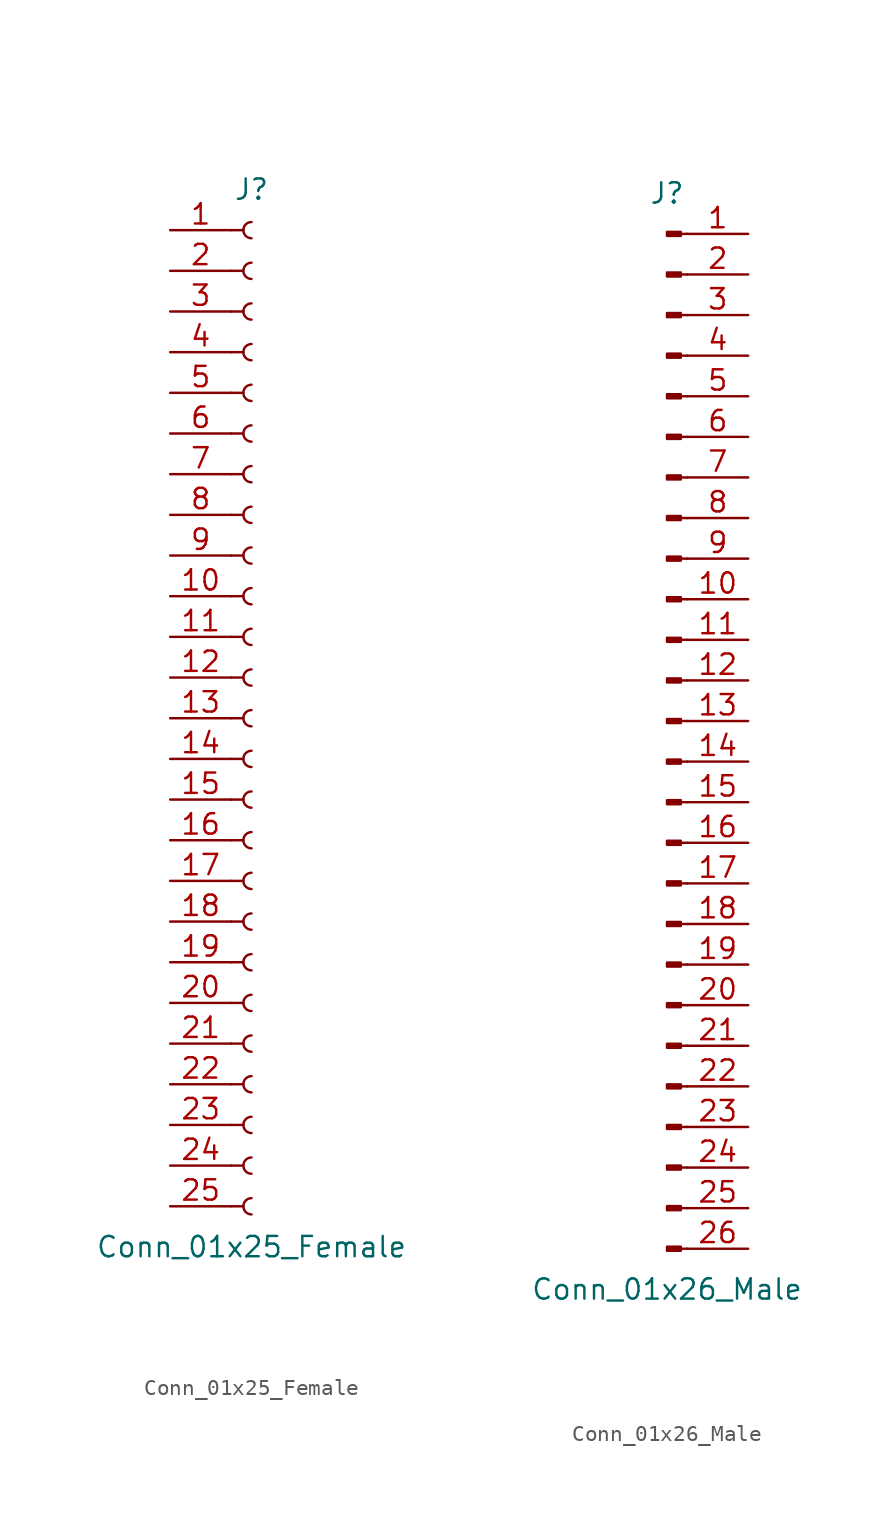
<source format=kicad_sym>
(kicad_symbol_lib
  (version 20201005)
  (generator kicad_symbol_editor)
  (symbol "Conn_01x25_Female"
    (pin_names
      (offset 1.016) hide)
    (property "Reference" "J"
      (at 0 33.02 0)
      (effects (font (size 1.27 1.27))))
    (property "Value" "Conn_01x25_Female"
      (at 0 -33.02 0)
      (effects (font (size 1.27 1.27))))
    (symbol "Conn_01x25_Female_1_1"
      (arc (start 0 -29.972) (end 0 -30.988) (radius (at 0 -30.48) (length 0.508) (angles 90.1 -90.1)) (stroke (width 0.1524)) (fill (type none)))
      (arc (start 0 -27.432) (end 0 -28.448) (radius (at 0 -27.94) (length 0.508) (angles 90.1 -90.1)) (stroke (width 0.1524)) (fill (type none)))
      (arc (start 0 -24.892) (end 0 -25.908) (radius (at 0 -25.4) (length 0.508) (angles 90.1 -90.1)) (stroke (width 0.1524)) (fill (type none)))
      (arc (start 0 -22.352) (end 0 -23.368) (radius (at 0 -22.86) (length 0.508) (angles 90.1 -90.1)) (stroke (width 0.1524)) (fill (type none)))
      (arc (start 0 -19.812) (end 0 -20.828) (radius (at 0 -20.32) (length 0.508) (angles 90.1 -90.1)) (stroke (width 0.1524)) (fill (type none)))
      (arc (start 0 -17.272) (end 0 -18.288) (radius (at 0 -17.78) (length 0.508) (angles 90.1 -90.1)) (stroke (width 0.1524)) (fill (type none)))
      (arc (start 0 -14.732) (end 0 -15.748) (radius (at 0 -15.24) (length 0.508) (angles 90.1 -90.1)) (stroke (width 0.1524)) (fill (type none)))
      (arc (start 0 -12.192) (end 0 -13.208) (radius (at 0 -12.7) (length 0.508) (angles 90.1 -90.1)) (stroke (width 0.1524)) (fill (type none)))
      (arc (start 0 -9.652) (end 0 -10.668) (radius (at 0 -10.16) (length 0.508) (angles 90.1 -90.1)) (stroke (width 0.1524)) (fill (type none)))
      (arc (start 0 -7.112) (end 0 -8.128) (radius (at 0 -7.62) (length 0.508) (angles 90.1 -90.1)) (stroke (width 0.1524)) (fill (type none)))
      (arc (start 0 -4.572) (end 0 -5.588) (radius (at 0 -5.08) (length 0.508) (angles 90.1 -90.1)) (stroke (width 0.1524)) (fill (type none)))
      (arc (start 0 -2.032) (end 0 -3.048) (radius (at 0 -2.54) (length 0.508) (angles 90.1 -90.1)) (stroke (width 0.1524)) (fill (type none)))
      (arc (start 0 0.508) (end 0 -0.508) (radius (at 0 0) (length 0.508) (angles 90.1 -90.1)) (stroke (width 0.1524)) (fill (type none)))
      (arc (start 0 3.048) (end 0 2.032) (radius (at 0 2.54) (length 0.508) (angles 90.1 -90.1)) (stroke (width 0.1524)) (fill (type none)))
      (arc (start 0 5.588) (end 0 4.572) (radius (at 0 5.08) (length 0.508) (angles 90.1 -90.1)) (stroke (width 0.1524)) (fill (type none)))
      (arc (start 0 8.128) (end 0 7.112) (radius (at 0 7.62) (length 0.508) (angles 90.1 -90.1)) (stroke (width 0.1524)) (fill (type none)))
      (arc (start 0 10.668) (end 0 9.652) (radius (at 0 10.16) (length 0.508) (angles 90.1 -90.1)) (stroke (width 0.1524)) (fill (type none)))
      (arc (start 0 13.208) (end 0 12.192) (radius (at 0 12.7) (length 0.508) (angles 90.1 -90.1)) (stroke (width 0.1524)) (fill (type none)))
      (arc (start 0 15.748) (end 0 14.732) (radius (at 0 15.24) (length 0.508) (angles 90.1 -90.1)) (stroke (width 0.1524)) (fill (type none)))
      (arc (start 0 18.288) (end 0 17.272) (radius (at 0 17.78) (length 0.508) (angles 90.1 -90.1)) (stroke (width 0.1524)) (fill (type none)))
      (arc (start 0 20.828) (end 0 19.812) (radius (at 0 20.32) (length 0.508) (angles 90.1 -90.1)) (stroke (width 0.1524)) (fill (type none)))
      (arc (start 0 23.368) (end 0 22.352) (radius (at 0 22.86) (length 0.508) (angles 90.1 -90.1)) (stroke (width 0.1524)) (fill (type none)))
      (arc (start 0 25.908) (end 0 24.892) (radius (at 0 25.4) (length 0.508) (angles 90.1 -90.1)) (stroke (width 0.1524)) (fill (type none)))
      (arc (start 0 28.448) (end 0 27.432) (radius (at 0 27.94) (length 0.508) (angles 90.1 -90.1)) (stroke (width 0.1524)) (fill (type none)))
      (arc (start 0 30.988) (end 0 29.972) (radius (at 0 30.48) (length 0.508) (angles 90.1 -90.1)) (stroke (width 0.1524)) (fill (type none)))
      (polyline (pts (xy -1.27 -30.48) (xy -0.508 -30.48)) (stroke (width 0.152)) (fill (type none)))
      (polyline (pts (xy -1.27 -27.94) (xy -0.508 -27.94)) (stroke (width 0.152)) (fill (type none)))
      (polyline (pts (xy -1.27 -25.4) (xy -0.508 -25.4)) (stroke (width 0.152)) (fill (type none)))
      (polyline (pts (xy -1.27 -22.86) (xy -0.508 -22.86)) (stroke (width 0.152)) (fill (type none)))
      (polyline (pts (xy -1.27 -20.32) (xy -0.508 -20.32)) (stroke (width 0.152)) (fill (type none)))
      (polyline (pts (xy -1.27 -17.78) (xy -0.508 -17.78)) (stroke (width 0.152)) (fill (type none)))
      (polyline (pts (xy -1.27 -15.24) (xy -0.508 -15.24)) (stroke (width 0.152)) (fill (type none)))
      (polyline (pts (xy -1.27 -12.7) (xy -0.508 -12.7)) (stroke (width 0.152)) (fill (type none)))
      (polyline (pts (xy -1.27 -10.16) (xy -0.508 -10.16)) (stroke (width 0.152)) (fill (type none)))
      (polyline (pts (xy -1.27 -7.62) (xy -0.508 -7.62)) (stroke (width 0.152)) (fill (type none)))
      (polyline (pts (xy -1.27 -5.08) (xy -0.508 -5.08)) (stroke (width 0.152)) (fill (type none)))
      (polyline (pts (xy -1.27 -2.54) (xy -0.508 -2.54)) (stroke (width 0.152)) (fill (type none)))
      (polyline (pts (xy -1.27 0) (xy -0.508 0)) (stroke (width 0.152)) (fill (type none)))
      (polyline (pts (xy -1.27 2.54) (xy -0.508 2.54)) (stroke (width 0.152)) (fill (type none)))
      (polyline (pts (xy -1.27 5.08) (xy -0.508 5.08)) (stroke (width 0.152)) (fill (type none)))
      (polyline (pts (xy -1.27 7.62) (xy -0.508 7.62)) (stroke (width 0.152)) (fill (type none)))
      (polyline (pts (xy -1.27 10.16) (xy -0.508 10.16)) (stroke (width 0.152)) (fill (type none)))
      (polyline (pts (xy -1.27 12.7) (xy -0.508 12.7)) (stroke (width 0.152)) (fill (type none)))
      (polyline (pts (xy -1.27 15.24) (xy -0.508 15.24)) (stroke (width 0.152)) (fill (type none)))
      (polyline (pts (xy -1.27 17.78) (xy -0.508 17.78)) (stroke (width 0.152)) (fill (type none)))
      (polyline (pts (xy -1.27 20.32) (xy -0.508 20.32)) (stroke (width 0.152)) (fill (type none)))
      (polyline (pts (xy -1.27 22.86) (xy -0.508 22.86)) (stroke (width 0.152)) (fill (type none)))
      (polyline (pts (xy -1.27 25.4) (xy -0.508 25.4)) (stroke (width 0.152)) (fill (type none)))
      (polyline (pts (xy -1.27 27.94) (xy -0.508 27.94)) (stroke (width 0.152)) (fill (type none)))
      (polyline (pts (xy -1.27 30.48) (xy -0.508 30.48)) (stroke (width 0.152)) (fill (type none)))
      (pin passive line (at -5.08 30.48 0) (length 3.81) (name "Pin_1" (effects (font (size 1.27 1.27)))) (number "1" (effects (font (size 1.27 1.27)))))
      (pin passive line (at -5.08 7.62 0) (length 3.81) (name "Pin_10" (effects (font (size 1.27 1.27)))) (number "10" (effects (font (size 1.27 1.27)))))
      (pin passive line (at -5.08 5.08 0) (length 3.81) (name "Pin_11" (effects (font (size 1.27 1.27)))) (number "11" (effects (font (size 1.27 1.27)))))
      (pin passive line (at -5.08 2.54 0) (length 3.81) (name "Pin_12" (effects (font (size 1.27 1.27)))) (number "12" (effects (font (size 1.27 1.27)))))
      (pin passive line (at -5.08 0 0) (length 3.81) (name "Pin_13" (effects (font (size 1.27 1.27)))) (number "13" (effects (font (size 1.27 1.27)))))
      (pin passive line (at -5.08 -2.54 0) (length 3.81) (name "Pin_14" (effects (font (size 1.27 1.27)))) (number "14" (effects (font (size 1.27 1.27)))))
      (pin passive line (at -5.08 -5.08 0) (length 3.81) (name "Pin_15" (effects (font (size 1.27 1.27)))) (number "15" (effects (font (size 1.27 1.27)))))
      (pin passive line (at -5.08 -7.62 0) (length 3.81) (name "Pin_16" (effects (font (size 1.27 1.27)))) (number "16" (effects (font (size 1.27 1.27)))))
      (pin passive line (at -5.08 -10.16 0) (length 3.81) (name "Pin_17" (effects (font (size 1.27 1.27)))) (number "17" (effects (font (size 1.27 1.27)))))
      (pin passive line (at -5.08 -12.7 0) (length 3.81) (name "Pin_18" (effects (font (size 1.27 1.27)))) (number "18" (effects (font (size 1.27 1.27)))))
      (pin passive line (at -5.08 -15.24 0) (length 3.81) (name "Pin_19" (effects (font (size 1.27 1.27)))) (number "19" (effects (font (size 1.27 1.27)))))
      (pin passive line (at -5.08 27.94 0) (length 3.81) (name "Pin_2" (effects (font (size 1.27 1.27)))) (number "2" (effects (font (size 1.27 1.27)))))
      (pin passive line (at -5.08 -17.78 0) (length 3.81) (name "Pin_20" (effects (font (size 1.27 1.27)))) (number "20" (effects (font (size 1.27 1.27)))))
      (pin passive line (at -5.08 -20.32 0) (length 3.81) (name "Pin_21" (effects (font (size 1.27 1.27)))) (number "21" (effects (font (size 1.27 1.27)))))
      (pin passive line (at -5.08 -22.86 0) (length 3.81) (name "Pin_22" (effects (font (size 1.27 1.27)))) (number "22" (effects (font (size 1.27 1.27)))))
      (pin passive line (at -5.08 -25.4 0) (length 3.81) (name "Pin_23" (effects (font (size 1.27 1.27)))) (number "23" (effects (font (size 1.27 1.27)))))
      (pin passive line (at -5.08 -27.94 0) (length 3.81) (name "Pin_24" (effects (font (size 1.27 1.27)))) (number "24" (effects (font (size 1.27 1.27)))))
      (pin passive line (at -5.08 -30.48 0) (length 3.81) (name "Pin_25" (effects (font (size 1.27 1.27)))) (number "25" (effects (font (size 1.27 1.27)))))
      (pin passive line (at -5.08 25.4 0) (length 3.81) (name "Pin_3" (effects (font (size 1.27 1.27)))) (number "3" (effects (font (size 1.27 1.27)))))
      (pin passive line (at -5.08 22.86 0) (length 3.81) (name "Pin_4" (effects (font (size 1.27 1.27)))) (number "4" (effects (font (size 1.27 1.27)))))
      (pin passive line (at -5.08 20.32 0) (length 3.81) (name "Pin_5" (effects (font (size 1.27 1.27)))) (number "5" (effects (font (size 1.27 1.27)))))
      (pin passive line (at -5.08 17.78 0) (length 3.81) (name "Pin_6" (effects (font (size 1.27 1.27)))) (number "6" (effects (font (size 1.27 1.27)))))
      (pin passive line (at -5.08 15.24 0) (length 3.81) (name "Pin_7" (effects (font (size 1.27 1.27)))) (number "7" (effects (font (size 1.27 1.27)))))
      (pin passive line (at -5.08 12.7 0) (length 3.81) (name "Pin_8" (effects (font (size 1.27 1.27)))) (number "8" (effects (font (size 1.27 1.27)))))
      (pin passive line (at -5.08 10.16 0) (length 3.81) (name "Pin_9" (effects (font (size 1.27 1.27)))) (number "9" (effects (font (size 1.27 1.27)))))))
  (symbol "Conn_01x26_Male"
    (pin_names
      (offset 1.016) hide)
    (property "Reference" "J"
      (at 0 33.02 0)
      (effects (font (size 1.27 1.27))))
    (property "Value" "Conn_01x26_Male"
      (at 0 -35.56 0)
      (effects (font (size 1.27 1.27))))
    (symbol "Conn_01x26_Male_1_1"
      (rectangle (start 0.864 -32.893) (end 0 -33.147) (stroke (width 0.152)) (fill (type outline)))
      (rectangle (start 0.864 -30.353) (end 0 -30.607) (stroke (width 0.152)) (fill (type outline)))
      (rectangle (start 0.864 -27.813) (end 0 -28.067) (stroke (width 0.152)) (fill (type outline)))
      (rectangle (start 0.864 -25.273) (end 0 -25.527) (stroke (width 0.152)) (fill (type outline)))
      (rectangle (start 0.864 -22.733) (end 0 -22.987) (stroke (width 0.152)) (fill (type outline)))
      (rectangle (start 0.864 -20.193) (end 0 -20.447) (stroke (width 0.152)) (fill (type outline)))
      (rectangle (start 0.864 -17.653) (end 0 -17.907) (stroke (width 0.152)) (fill (type outline)))
      (rectangle (start 0.864 -15.113) (end 0 -15.367) (stroke (width 0.152)) (fill (type outline)))
      (rectangle (start 0.864 -12.573) (end 0 -12.827) (stroke (width 0.152)) (fill (type outline)))
      (rectangle (start 0.864 -10.033) (end 0 -10.287) (stroke (width 0.152)) (fill (type outline)))
      (rectangle (start 0.864 -7.493) (end 0 -7.747) (stroke (width 0.152)) (fill (type outline)))
      (rectangle (start 0.864 -4.953) (end 0 -5.207) (stroke (width 0.152)) (fill (type outline)))
      (rectangle (start 0.864 -2.413) (end 0 -2.667) (stroke (width 0.152)) (fill (type outline)))
      (rectangle (start 0.864 0.127) (end 0 -0.127) (stroke (width 0.152)) (fill (type outline)))
      (rectangle (start 0.864 2.667) (end 0 2.413) (stroke (width 0.152)) (fill (type outline)))
      (rectangle (start 0.864 5.207) (end 0 4.953) (stroke (width 0.152)) (fill (type outline)))
      (rectangle (start 0.864 7.747) (end 0 7.493) (stroke (width 0.152)) (fill (type outline)))
      (rectangle (start 0.864 10.287) (end 0 10.033) (stroke (width 0.152)) (fill (type outline)))
      (rectangle (start 0.864 12.827) (end 0 12.573) (stroke (width 0.152)) (fill (type outline)))
      (rectangle (start 0.864 15.367) (end 0 15.113) (stroke (width 0.152)) (fill (type outline)))
      (rectangle (start 0.864 17.907) (end 0 17.653) (stroke (width 0.152)) (fill (type outline)))
      (rectangle (start 0.864 20.447) (end 0 20.193) (stroke (width 0.152)) (fill (type outline)))
      (rectangle (start 0.864 22.987) (end 0 22.733) (stroke (width 0.152)) (fill (type outline)))
      (rectangle (start 0.864 25.527) (end 0 25.273) (stroke (width 0.152)) (fill (type outline)))
      (rectangle (start 0.864 28.067) (end 0 27.813) (stroke (width 0.152)) (fill (type outline)))
      (rectangle (start 0.864 30.607) (end 0 30.353) (stroke (width 0.152)) (fill (type outline)))
      (polyline (pts (xy 1.27 -33.02) (xy 0.864 -33.02)) (stroke (width 0.152)) (fill (type none)))
      (polyline (pts (xy 1.27 -30.48) (xy 0.864 -30.48)) (stroke (width 0.152)) (fill (type none)))
      (polyline (pts (xy 1.27 -27.94) (xy 0.864 -27.94)) (stroke (width 0.152)) (fill (type none)))
      (polyline (pts (xy 1.27 -25.4) (xy 0.864 -25.4)) (stroke (width 0.152)) (fill (type none)))
      (polyline (pts (xy 1.27 -22.86) (xy 0.864 -22.86)) (stroke (width 0.152)) (fill (type none)))
      (polyline (pts (xy 1.27 -20.32) (xy 0.864 -20.32)) (stroke (width 0.152)) (fill (type none)))
      (polyline (pts (xy 1.27 -17.78) (xy 0.864 -17.78)) (stroke (width 0.152)) (fill (type none)))
      (polyline (pts (xy 1.27 -15.24) (xy 0.864 -15.24)) (stroke (width 0.152)) (fill (type none)))
      (polyline (pts (xy 1.27 -12.7) (xy 0.864 -12.7)) (stroke (width 0.152)) (fill (type none)))
      (polyline (pts (xy 1.27 -10.16) (xy 0.864 -10.16)) (stroke (width 0.152)) (fill (type none)))
      (polyline (pts (xy 1.27 -7.62) (xy 0.864 -7.62)) (stroke (width 0.152)) (fill (type none)))
      (polyline (pts (xy 1.27 -5.08) (xy 0.864 -5.08)) (stroke (width 0.152)) (fill (type none)))
      (polyline (pts (xy 1.27 -2.54) (xy 0.864 -2.54)) (stroke (width 0.152)) (fill (type none)))
      (polyline (pts (xy 1.27 0) (xy 0.864 0)) (stroke (width 0.152)) (fill (type none)))
      (polyline (pts (xy 1.27 2.54) (xy 0.864 2.54)) (stroke (width 0.152)) (fill (type none)))
      (polyline (pts (xy 1.27 5.08) (xy 0.864 5.08)) (stroke (width 0.152)) (fill (type none)))
      (polyline (pts (xy 1.27 7.62) (xy 0.864 7.62)) (stroke (width 0.152)) (fill (type none)))
      (polyline (pts (xy 1.27 10.16) (xy 0.864 10.16)) (stroke (width 0.152)) (fill (type none)))
      (polyline (pts (xy 1.27 12.7) (xy 0.864 12.7)) (stroke (width 0.152)) (fill (type none)))
      (polyline (pts (xy 1.27 15.24) (xy 0.864 15.24)) (stroke (width 0.152)) (fill (type none)))
      (polyline (pts (xy 1.27 17.78) (xy 0.864 17.78)) (stroke (width 0.152)) (fill (type none)))
      (polyline (pts (xy 1.27 20.32) (xy 0.864 20.32)) (stroke (width 0.152)) (fill (type none)))
      (polyline (pts (xy 1.27 22.86) (xy 0.864 22.86)) (stroke (width 0.152)) (fill (type none)))
      (polyline (pts (xy 1.27 25.4) (xy 0.864 25.4)) (stroke (width 0.152)) (fill (type none)))
      (polyline (pts (xy 1.27 27.94) (xy 0.864 27.94)) (stroke (width 0.152)) (fill (type none)))
      (polyline (pts (xy 1.27 30.48) (xy 0.864 30.48)) (stroke (width 0.152)) (fill (type none)))
      (pin passive line (at 5.08 30.48 180) (length 3.81) (name "Pin_1" (effects (font (size 1.27 1.27)))) (number "1" (effects (font (size 1.27 1.27)))))
      (pin passive line (at 5.08 7.62 180) (length 3.81) (name "Pin_10" (effects (font (size 1.27 1.27)))) (number "10" (effects (font (size 1.27 1.27)))))
      (pin passive line (at 5.08 5.08 180) (length 3.81) (name "Pin_11" (effects (font (size 1.27 1.27)))) (number "11" (effects (font (size 1.27 1.27)))))
      (pin passive line (at 5.08 2.54 180) (length 3.81) (name "Pin_12" (effects (font (size 1.27 1.27)))) (number "12" (effects (font (size 1.27 1.27)))))
      (pin passive line (at 5.08 0 180) (length 3.81) (name "Pin_13" (effects (font (size 1.27 1.27)))) (number "13" (effects (font (size 1.27 1.27)))))
      (pin passive line (at 5.08 -2.54 180) (length 3.81) (name "Pin_14" (effects (font (size 1.27 1.27)))) (number "14" (effects (font (size 1.27 1.27)))))
      (pin passive line (at 5.08 -5.08 180) (length 3.81) (name "Pin_15" (effects (font (size 1.27 1.27)))) (number "15" (effects (font (size 1.27 1.27)))))
      (pin passive line (at 5.08 -7.62 180) (length 3.81) (name "Pin_16" (effects (font (size 1.27 1.27)))) (number "16" (effects (font (size 1.27 1.27)))))
      (pin passive line (at 5.08 -10.16 180) (length 3.81) (name "Pin_17" (effects (font (size 1.27 1.27)))) (number "17" (effects (font (size 1.27 1.27)))))
      (pin passive line (at 5.08 -12.7 180) (length 3.81) (name "Pin_18" (effects (font (size 1.27 1.27)))) (number "18" (effects (font (size 1.27 1.27)))))
      (pin passive line (at 5.08 -15.24 180) (length 3.81) (name "Pin_19" (effects (font (size 1.27 1.27)))) (number "19" (effects (font (size 1.27 1.27)))))
      (pin passive line (at 5.08 27.94 180) (length 3.81) (name "Pin_2" (effects (font (size 1.27 1.27)))) (number "2" (effects (font (size 1.27 1.27)))))
      (pin passive line (at 5.08 -17.78 180) (length 3.81) (name "Pin_20" (effects (font (size 1.27 1.27)))) (number "20" (effects (font (size 1.27 1.27)))))
      (pin passive line (at 5.08 -20.32 180) (length 3.81) (name "Pin_21" (effects (font (size 1.27 1.27)))) (number "21" (effects (font (size 1.27 1.27)))))
      (pin passive line (at 5.08 -22.86 180) (length 3.81) (name "Pin_22" (effects (font (size 1.27 1.27)))) (number "22" (effects (font (size 1.27 1.27)))))
      (pin passive line (at 5.08 -25.4 180) (length 3.81) (name "Pin_23" (effects (font (size 1.27 1.27)))) (number "23" (effects (font (size 1.27 1.27)))))
      (pin passive line (at 5.08 -27.94 180) (length 3.81) (name "Pin_24" (effects (font (size 1.27 1.27)))) (number "24" (effects (font (size 1.27 1.27)))))
      (pin passive line (at 5.08 -30.48 180) (length 3.81) (name "Pin_25" (effects (font (size 1.27 1.27)))) (number "25" (effects (font (size 1.27 1.27)))))
      (pin passive line (at 5.08 -33.02 180) (length 3.81) (name "Pin_26" (effects (font (size 1.27 1.27)))) (number "26" (effects (font (size 1.27 1.27)))))
      (pin passive line (at 5.08 25.4 180) (length 3.81) (name "Pin_3" (effects (font (size 1.27 1.27)))) (number "3" (effects (font (size 1.27 1.27)))))
      (pin passive line (at 5.08 22.86 180) (length 3.81) (name "Pin_4" (effects (font (size 1.27 1.27)))) (number "4" (effects (font (size 1.27 1.27)))))
      (pin passive line (at 5.08 20.32 180) (length 3.81) (name "Pin_5" (effects (font (size 1.27 1.27)))) (number "5" (effects (font (size 1.27 1.27)))))
      (pin passive line (at 5.08 17.78 180) (length 3.81) (name "Pin_6" (effects (font (size 1.27 1.27)))) (number "6" (effects (font (size 1.27 1.27)))))
      (pin passive line (at 5.08 15.24 180) (length 3.81) (name "Pin_7" (effects (font (size 1.27 1.27)))) (number "7" (effects (font (size 1.27 1.27)))))
      (pin passive line (at 5.08 12.7 180) (length 3.81) (name "Pin_8" (effects (font (size 1.27 1.27)))) (number "8" (effects (font (size 1.27 1.27)))))
      (pin passive line (at 5.08 10.16 180) (length 3.81) (name "Pin_9" (effects (font (size 1.27 1.27)))) (number "9" (effects (font (size 1.27 1.27))))))))
</source>
